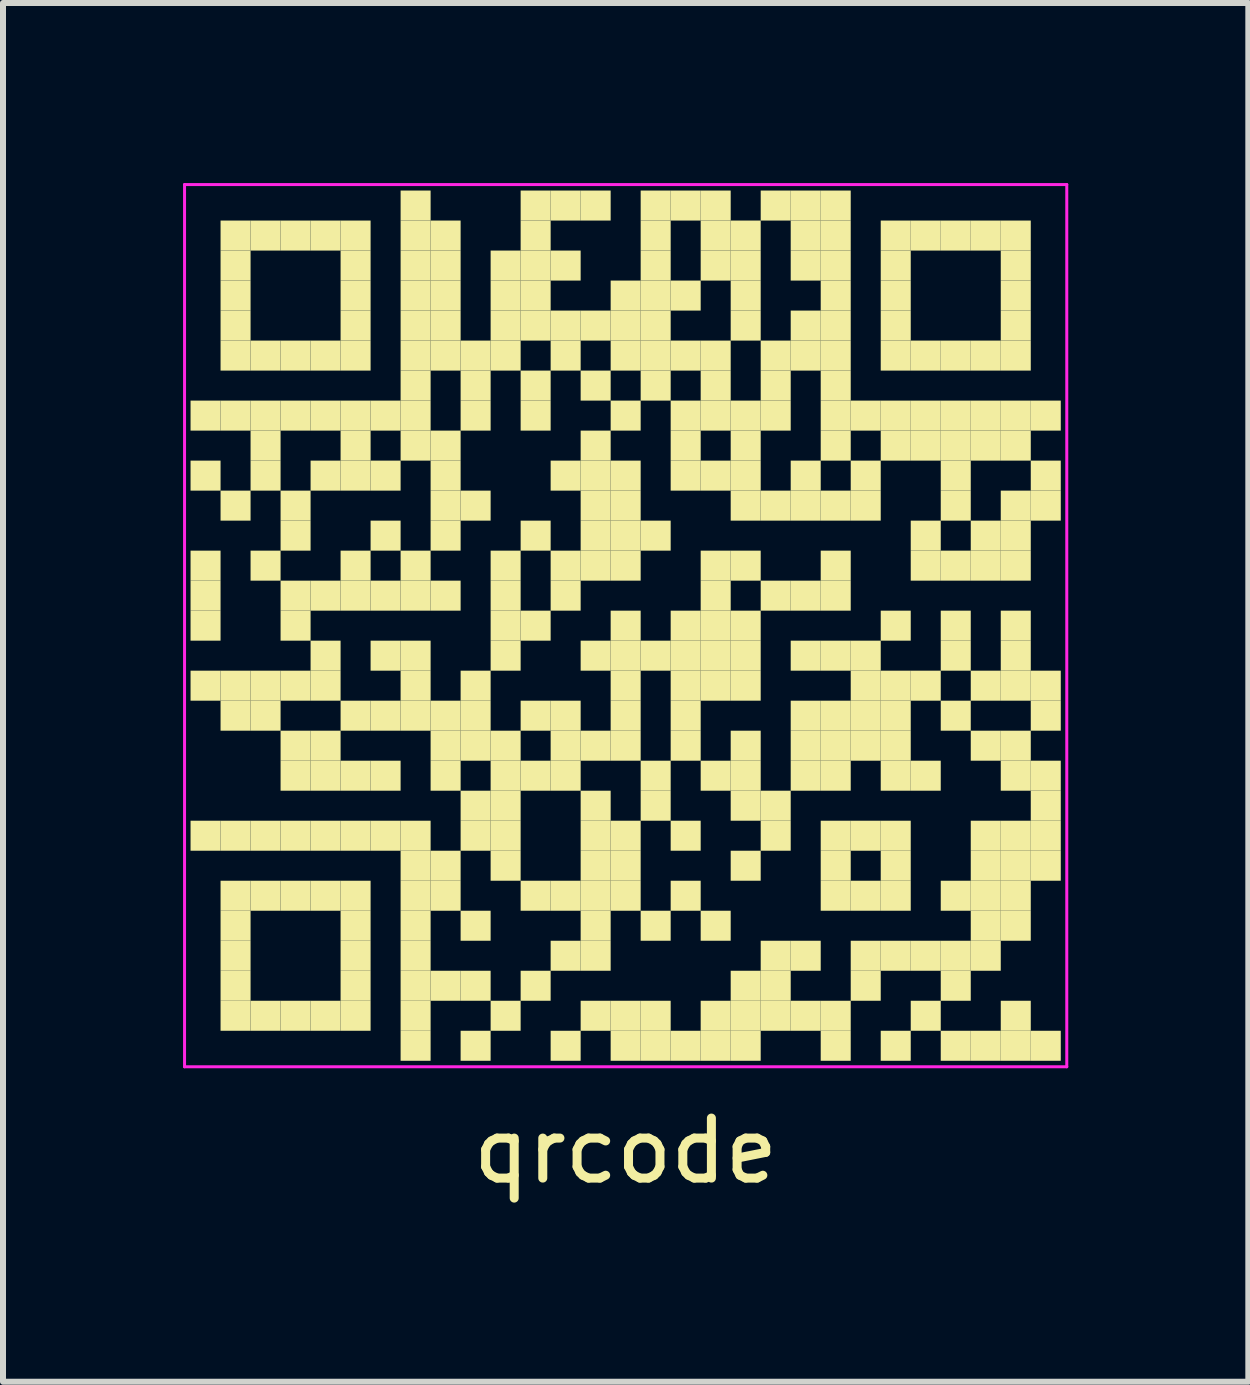
<source format=kicad_pcb>
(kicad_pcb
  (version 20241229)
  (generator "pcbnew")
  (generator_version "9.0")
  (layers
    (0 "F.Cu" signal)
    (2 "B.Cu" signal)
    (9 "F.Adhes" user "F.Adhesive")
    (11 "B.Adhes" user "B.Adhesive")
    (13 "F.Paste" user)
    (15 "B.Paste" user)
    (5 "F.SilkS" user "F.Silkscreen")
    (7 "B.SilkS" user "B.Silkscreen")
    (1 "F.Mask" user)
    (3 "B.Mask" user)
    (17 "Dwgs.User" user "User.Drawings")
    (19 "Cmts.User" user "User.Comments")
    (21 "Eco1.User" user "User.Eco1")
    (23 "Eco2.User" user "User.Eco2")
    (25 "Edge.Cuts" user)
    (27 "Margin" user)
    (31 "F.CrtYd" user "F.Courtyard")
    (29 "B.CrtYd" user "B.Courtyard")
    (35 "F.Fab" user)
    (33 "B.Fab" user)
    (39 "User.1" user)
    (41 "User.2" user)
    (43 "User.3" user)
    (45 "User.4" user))
  (footprint "qrcode"
    (layer "F.Cu")
    (at 7.375 7.375)
    (property "Reference" "qrcode" (at 0 8.75 0) (layer "F.SilkS") (effects (font (size 1 1) (thickness 0.15))))
    (fp_rect (start -7.25 -3.75) (end -6.75 -3.25) (stroke (width 0) (type default)) (fill yes) (layer "F.SilkS"))
    (fp_rect (start -7.25 -2.75) (end -6.75 -2.25) (stroke (width 0) (type default)) (fill yes) (layer "F.SilkS"))
    (fp_rect (start -7.25 -1.25) (end -6.75 -0.75) (stroke (width 0) (type default)) (fill yes) (layer "F.SilkS"))
    (fp_rect (start -7.25 -0.75) (end -6.75 -0.25) (stroke (width 0) (type default)) (fill yes) (layer "F.SilkS"))
    (fp_rect (start -7.25 -0.25) (end -6.75 0.25) (stroke (width 0) (type default)) (fill yes) (layer "F.SilkS"))
    (fp_rect (start -7.25 0.75) (end -6.75 1.25) (stroke (width 0) (type default)) (fill yes) (layer "F.SilkS"))
    (fp_rect (start -7.25 3.25) (end -6.75 3.75) (stroke (width 0) (type default)) (fill yes) (layer "F.SilkS"))
    (fp_rect (start -6.75 -6.75) (end -6.25 -6.25) (stroke (width 0) (type default)) (fill yes) (layer "F.SilkS"))
    (fp_rect (start -6.75 -6.25) (end -6.25 -5.75) (stroke (width 0) (type default)) (fill yes) (layer "F.SilkS"))
    (fp_rect (start -6.75 -5.75) (end -6.25 -5.25) (stroke (width 0) (type default)) (fill yes) (layer "F.SilkS"))
    (fp_rect (start -6.75 -5.25) (end -6.25 -4.75) (stroke (width 0) (type default)) (fill yes) (layer "F.SilkS"))
    (fp_rect (start -6.75 -4.75) (end -6.25 -4.25) (stroke (width 0) (type default)) (fill yes) (layer "F.SilkS"))
    (fp_rect (start -6.75 -3.75) (end -6.25 -3.25) (stroke (width 0) (type default)) (fill yes) (layer "F.SilkS"))
    (fp_rect (start -6.75 -2.25) (end -6.25 -1.75) (stroke (width 0) (type default)) (fill yes) (layer "F.SilkS"))
    (fp_rect (start -6.75 0.75) (end -6.25 1.25) (stroke (width 0) (type default)) (fill yes) (layer "F.SilkS"))
    (fp_rect (start -6.75 1.25) (end -6.25 1.75) (stroke (width 0) (type default)) (fill yes) (layer "F.SilkS"))
    (fp_rect (start -6.75 3.25) (end -6.25 3.75) (stroke (width 0) (type default)) (fill yes) (layer "F.SilkS"))
    (fp_rect (start -6.75 4.25) (end -6.25 4.75) (stroke (width 0) (type default)) (fill yes) (layer "F.SilkS"))
    (fp_rect (start -6.75 4.75) (end -6.25 5.25) (stroke (width 0) (type default)) (fill yes) (layer "F.SilkS"))
    (fp_rect (start -6.75 5.25) (end -6.25 5.75) (stroke (width 0) (type default)) (fill yes) (layer "F.SilkS"))
    (fp_rect (start -6.75 5.75) (end -6.25 6.25) (stroke (width 0) (type default)) (fill yes) (layer "F.SilkS"))
    (fp_rect (start -6.75 6.25) (end -6.25 6.75) (stroke (width 0) (type default)) (fill yes) (layer "F.SilkS"))
    (fp_rect (start -6.25 -6.75) (end -5.75 -6.25) (stroke (width 0) (type default)) (fill yes) (layer "F.SilkS"))
    (fp_rect (start -6.25 -4.75) (end -5.75 -4.25) (stroke (width 0) (type default)) (fill yes) (layer "F.SilkS"))
    (fp_rect (start -6.25 -3.75) (end -5.75 -3.25) (stroke (width 0) (type default)) (fill yes) (layer "F.SilkS"))
    (fp_rect (start -6.25 -3.25) (end -5.75 -2.75) (stroke (width 0) (type default)) (fill yes) (layer "F.SilkS"))
    (fp_rect (start -6.25 -2.75) (end -5.75 -2.25) (stroke (width 0) (type default)) (fill yes) (layer "F.SilkS"))
    (fp_rect (start -6.25 -1.25) (end -5.75 -0.75) (stroke (width 0) (type default)) (fill yes) (layer "F.SilkS"))
    (fp_rect (start -6.25 0.75) (end -5.75 1.25) (stroke (width 0) (type default)) (fill yes) (layer "F.SilkS"))
    (fp_rect (start -6.25 1.25) (end -5.75 1.75) (stroke (width 0) (type default)) (fill yes) (layer "F.SilkS"))
    (fp_rect (start -6.25 3.25) (end -5.75 3.75) (stroke (width 0) (type default)) (fill yes) (layer "F.SilkS"))
    (fp_rect (start -6.25 4.25) (end -5.75 4.75) (stroke (width 0) (type default)) (fill yes) (layer "F.SilkS"))
    (fp_rect (start -6.25 6.25) (end -5.75 6.75) (stroke (width 0) (type default)) (fill yes) (layer "F.SilkS"))
    (fp_rect (start -5.75 -6.75) (end -5.25 -6.25) (stroke (width 0) (type default)) (fill yes) (layer "F.SilkS"))
    (fp_rect (start -5.75 -4.75) (end -5.25 -4.25) (stroke (width 0) (type default)) (fill yes) (layer "F.SilkS"))
    (fp_rect (start -5.75 -3.75) (end -5.25 -3.25) (stroke (width 0) (type default)) (fill yes) (layer "F.SilkS"))
    (fp_rect (start -5.75 -2.25) (end -5.25 -1.75) (stroke (width 0) (type default)) (fill yes) (layer "F.SilkS"))
    (fp_rect (start -5.75 -1.75) (end -5.25 -1.25) (stroke (width 0) (type default)) (fill yes) (layer "F.SilkS"))
    (fp_rect (start -5.75 -0.75) (end -5.25 -0.25) (stroke (width 0) (type default)) (fill yes) (layer "F.SilkS"))
    (fp_rect (start -5.75 -0.25) (end -5.25 0.25) (stroke (width 0) (type default)) (fill yes) (layer "F.SilkS"))
    (fp_rect (start -5.75 0.75) (end -5.25 1.25) (stroke (width 0) (type default)) (fill yes) (layer "F.SilkS"))
    (fp_rect (start -5.75 1.75) (end -5.25 2.25) (stroke (width 0) (type default)) (fill yes) (layer "F.SilkS"))
    (fp_rect (start -5.75 2.25) (end -5.25 2.75) (stroke (width 0) (type default)) (fill yes) (layer "F.SilkS"))
    (fp_rect (start -5.75 3.25) (end -5.25 3.75) (stroke (width 0) (type default)) (fill yes) (layer "F.SilkS"))
    (fp_rect (start -5.75 4.25) (end -5.25 4.75) (stroke (width 0) (type default)) (fill yes) (layer "F.SilkS"))
    (fp_rect (start -5.75 6.25) (end -5.25 6.75) (stroke (width 0) (type default)) (fill yes) (layer "F.SilkS"))
    (fp_rect (start -5.25 -6.75) (end -4.75 -6.25) (stroke (width 0) (type default)) (fill yes) (layer "F.SilkS"))
    (fp_rect (start -5.25 -4.75) (end -4.75 -4.25) (stroke (width 0) (type default)) (fill yes) (layer "F.SilkS"))
    (fp_rect (start -5.25 -3.75) (end -4.75 -3.25) (stroke (width 0) (type default)) (fill yes) (layer "F.SilkS"))
    (fp_rect (start -5.25 -2.75) (end -4.75 -2.25) (stroke (width 0) (type default)) (fill yes) (layer "F.SilkS"))
    (fp_rect (start -5.25 -0.75) (end -4.75 -0.25) (stroke (width 0) (type default)) (fill yes) (layer "F.SilkS"))
    (fp_rect (start -5.25 0.25) (end -4.75 0.75) (stroke (width 0) (type default)) (fill yes) (layer "F.SilkS"))
    (fp_rect (start -5.25 0.75) (end -4.75 1.25) (stroke (width 0) (type default)) (fill yes) (layer "F.SilkS"))
    (fp_rect (start -5.25 1.75) (end -4.75 2.25) (stroke (width 0) (type default)) (fill yes) (layer "F.SilkS"))
    (fp_rect (start -5.25 2.25) (end -4.75 2.75) (stroke (width 0) (type default)) (fill yes) (layer "F.SilkS"))
    (fp_rect (start -5.25 3.25) (end -4.75 3.75) (stroke (width 0) (type default)) (fill yes) (layer "F.SilkS"))
    (fp_rect (start -5.25 4.25) (end -4.75 4.75) (stroke (width 0) (type default)) (fill yes) (layer "F.SilkS"))
    (fp_rect (start -5.25 6.25) (end -4.75 6.75) (stroke (width 0) (type default)) (fill yes) (layer "F.SilkS"))
    (fp_rect (start -4.75 -6.75) (end -4.25 -6.25) (stroke (width 0) (type default)) (fill yes) (layer "F.SilkS"))
    (fp_rect (start -4.75 -6.25) (end -4.25 -5.75) (stroke (width 0) (type default)) (fill yes) (layer "F.SilkS"))
    (fp_rect (start -4.75 -5.75) (end -4.25 -5.25) (stroke (width 0) (type default)) (fill yes) (layer "F.SilkS"))
    (fp_rect (start -4.75 -5.25) (end -4.25 -4.75) (stroke (width 0) (type default)) (fill yes) (layer "F.SilkS"))
    (fp_rect (start -4.75 -4.75) (end -4.25 -4.25) (stroke (width 0) (type default)) (fill yes) (layer "F.SilkS"))
    (fp_rect (start -4.75 -3.75) (end -4.25 -3.25) (stroke (width 0) (type default)) (fill yes) (layer "F.SilkS"))
    (fp_rect (start -4.75 -3.25) (end -4.25 -2.75) (stroke (width 0) (type default)) (fill yes) (layer "F.SilkS"))
    (fp_rect (start -4.75 -2.75) (end -4.25 -2.25) (stroke (width 0) (type default)) (fill yes) (layer "F.SilkS"))
    (fp_rect (start -4.75 -1.25) (end -4.25 -0.75) (stroke (width 0) (type default)) (fill yes) (layer "F.SilkS"))
    (fp_rect (start -4.75 -0.75) (end -4.25 -0.25) (stroke (width 0) (type default)) (fill yes) (layer "F.SilkS"))
    (fp_rect (start -4.75 1.25) (end -4.25 1.75) (stroke (width 0) (type default)) (fill yes) (layer "F.SilkS"))
    (fp_rect (start -4.75 2.25) (end -4.25 2.75) (stroke (width 0) (type default)) (fill yes) (layer "F.SilkS"))
    (fp_rect (start -4.75 3.25) (end -4.25 3.75) (stroke (width 0) (type default)) (fill yes) (layer "F.SilkS"))
    (fp_rect (start -4.75 4.25) (end -4.25 4.75) (stroke (width 0) (type default)) (fill yes) (layer "F.SilkS"))
    (fp_rect (start -4.75 4.75) (end -4.25 5.25) (stroke (width 0) (type default)) (fill yes) (layer "F.SilkS"))
    (fp_rect (start -4.75 5.25) (end -4.25 5.75) (stroke (width 0) (type default)) (fill yes) (layer "F.SilkS"))
    (fp_rect (start -4.75 5.75) (end -4.25 6.25) (stroke (width 0) (type default)) (fill yes) (layer "F.SilkS"))
    (fp_rect (start -4.75 6.25) (end -4.25 6.75) (stroke (width 0) (type default)) (fill yes) (layer "F.SilkS"))
    (fp_rect (start -4.25 -3.75) (end -3.75 -3.25) (stroke (width 0) (type default)) (fill yes) (layer "F.SilkS"))
    (fp_rect (start -4.25 -2.75) (end -3.75 -2.25) (stroke (width 0) (type default)) (fill yes) (layer "F.SilkS"))
    (fp_rect (start -4.25 -1.75) (end -3.75 -1.25) (stroke (width 0) (type default)) (fill yes) (layer "F.SilkS"))
    (fp_rect (start -4.25 -0.75) (end -3.75 -0.25) (stroke (width 0) (type default)) (fill yes) (layer "F.SilkS"))
    (fp_rect (start -4.25 0.25) (end -3.75 0.75) (stroke (width 0) (type default)) (fill yes) (layer "F.SilkS"))
    (fp_rect (start -4.25 1.25) (end -3.75 1.75) (stroke (width 0) (type default)) (fill yes) (layer "F.SilkS"))
    (fp_rect (start -4.25 2.25) (end -3.75 2.75) (stroke (width 0) (type default)) (fill yes) (layer "F.SilkS"))
    (fp_rect (start -4.25 3.25) (end -3.75 3.75) (stroke (width 0) (type default)) (fill yes) (layer "F.SilkS"))
    (fp_rect (start -3.75 -7.25) (end -3.25 -6.75) (stroke (width 0) (type default)) (fill yes) (layer "F.SilkS"))
    (fp_rect (start -3.75 -6.75) (end -3.25 -6.25) (stroke (width 0) (type default)) (fill yes) (layer "F.SilkS"))
    (fp_rect (start -3.75 -6.25) (end -3.25 -5.75) (stroke (width 0) (type default)) (fill yes) (layer "F.SilkS"))
    (fp_rect (start -3.75 -5.75) (end -3.25 -5.25) (stroke (width 0) (type default)) (fill yes) (layer "F.SilkS"))
    (fp_rect (start -3.75 -5.25) (end -3.25 -4.75) (stroke (width 0) (type default)) (fill yes) (layer "F.SilkS"))
    (fp_rect (start -3.75 -4.75) (end -3.25 -4.25) (stroke (width 0) (type default)) (fill yes) (layer "F.SilkS"))
    (fp_rect (start -3.75 -4.25) (end -3.25 -3.75) (stroke (width 0) (type default)) (fill yes) (layer "F.SilkS"))
    (fp_rect (start -3.75 -3.75) (end -3.25 -3.25) (stroke (width 0) (type default)) (fill yes) (layer "F.SilkS"))
    (fp_rect (start -3.75 -3.25) (end -3.25 -2.75) (stroke (width 0) (type default)) (fill yes) (layer "F.SilkS"))
    (fp_rect (start -3.75 -1.25) (end -3.25 -0.75) (stroke (width 0) (type default)) (fill yes) (layer "F.SilkS"))
    (fp_rect (start -3.75 -0.75) (end -3.25 -0.25) (stroke (width 0) (type default)) (fill yes) (layer "F.SilkS"))
    (fp_rect (start -3.75 0.25) (end -3.25 0.75) (stroke (width 0) (type default)) (fill yes) (layer "F.SilkS"))
    (fp_rect (start -3.75 0.75) (end -3.25 1.25) (stroke (width 0) (type default)) (fill yes) (layer "F.SilkS"))
    (fp_rect (start -3.75 1.25) (end -3.25 1.75) (stroke (width 0) (type default)) (fill yes) (layer "F.SilkS"))
    (fp_rect (start -3.75 3.25) (end -3.25 3.75) (stroke (width 0) (type default)) (fill yes) (layer "F.SilkS"))
    (fp_rect (start -3.75 3.75) (end -3.25 4.25) (stroke (width 0) (type default)) (fill yes) (layer "F.SilkS"))
    (fp_rect (start -3.75 4.25) (end -3.25 4.75) (stroke (width 0) (type default)) (fill yes) (layer "F.SilkS"))
    (fp_rect (start -3.75 4.75) (end -3.25 5.25) (stroke (width 0) (type default)) (fill yes) (layer "F.SilkS"))
    (fp_rect (start -3.75 5.25) (end -3.25 5.75) (stroke (width 0) (type default)) (fill yes) (layer "F.SilkS"))
    (fp_rect (start -3.75 5.75) (end -3.25 6.25) (stroke (width 0) (type default)) (fill yes) (layer "F.SilkS"))
    (fp_rect (start -3.75 6.25) (end -3.25 6.75) (stroke (width 0) (type default)) (fill yes) (layer "F.SilkS"))
    (fp_rect (start -3.75 6.75) (end -3.25 7.25) (stroke (width 0) (type default)) (fill yes) (layer "F.SilkS"))
    (fp_rect (start -3.25 -6.75) (end -2.75 -6.25) (stroke (width 0) (type default)) (fill yes) (layer "F.SilkS"))
    (fp_rect (start -3.25 -6.25) (end -2.75 -5.75) (stroke (width 0) (type default)) (fill yes) (layer "F.SilkS"))
    (fp_rect (start -3.25 -5.75) (end -2.75 -5.25) (stroke (width 0) (type default)) (fill yes) (layer "F.SilkS"))
    (fp_rect (start -3.25 -5.25) (end -2.75 -4.75) (stroke (width 0) (type default)) (fill yes) (layer "F.SilkS"))
    (fp_rect (start -3.25 -4.75) (end -2.75 -4.25) (stroke (width 0) (type default)) (fill yes) (layer "F.SilkS"))
    (fp_rect (start -3.25 -3.25) (end -2.75 -2.75) (stroke (width 0) (type default)) (fill yes) (layer "F.SilkS"))
    (fp_rect (start -3.25 -2.75) (end -2.75 -2.25) (stroke (width 0) (type default)) (fill yes) (layer "F.SilkS"))
    (fp_rect (start -3.25 -2.25) (end -2.75 -1.75) (stroke (width 0) (type default)) (fill yes) (layer "F.SilkS"))
    (fp_rect (start -3.25 -1.75) (end -2.75 -1.25) (stroke (width 0) (type default)) (fill yes) (layer "F.SilkS"))
    (fp_rect (start -3.25 -0.75) (end -2.75 -0.25) (stroke (width 0) (type default)) (fill yes) (layer "F.SilkS"))
    (fp_rect (start -3.25 1.25) (end -2.75 1.75) (stroke (width 0) (type default)) (fill yes) (layer "F.SilkS"))
    (fp_rect (start -3.25 1.75) (end -2.75 2.25) (stroke (width 0) (type default)) (fill yes) (layer "F.SilkS"))
    (fp_rect (start -3.25 2.25) (end -2.75 2.75) (stroke (width 0) (type default)) (fill yes) (layer "F.SilkS"))
    (fp_rect (start -3.25 3.75) (end -2.75 4.25) (stroke (width 0) (type default)) (fill yes) (layer "F.SilkS"))
    (fp_rect (start -3.25 4.25) (end -2.75 4.75) (stroke (width 0) (type default)) (fill yes) (layer "F.SilkS"))
    (fp_rect (start -3.25 5.75) (end -2.75 6.25) (stroke (width 0) (type default)) (fill yes) (layer "F.SilkS"))
    (fp_rect (start -2.75 -4.75) (end -2.25 -4.25) (stroke (width 0) (type default)) (fill yes) (layer "F.SilkS"))
    (fp_rect (start -2.75 -4.25) (end -2.25 -3.75) (stroke (width 0) (type default)) (fill yes) (layer "F.SilkS"))
    (fp_rect (start -2.75 -3.75) (end -2.25 -3.25) (stroke (width 0) (type default)) (fill yes) (layer "F.SilkS"))
    (fp_rect (start -2.75 -2.25) (end -2.25 -1.75) (stroke (width 0) (type default)) (fill yes) (layer "F.SilkS"))
    (fp_rect (start -2.75 0.75) (end -2.25 1.25) (stroke (width 0) (type default)) (fill yes) (layer "F.SilkS"))
    (fp_rect (start -2.75 1.25) (end -2.25 1.75) (stroke (width 0) (type default)) (fill yes) (layer "F.SilkS"))
    (fp_rect (start -2.75 1.75) (end -2.25 2.25) (stroke (width 0) (type default)) (fill yes) (layer "F.SilkS"))
    (fp_rect (start -2.75 2.75) (end -2.25 3.25) (stroke (width 0) (type default)) (fill yes) (layer "F.SilkS"))
    (fp_rect (start -2.75 3.25) (end -2.25 3.75) (stroke (width 0) (type default)) (fill yes) (layer "F.SilkS"))
    (fp_rect (start -2.75 4.75) (end -2.25 5.25) (stroke (width 0) (type default)) (fill yes) (layer "F.SilkS"))
    (fp_rect (start -2.75 5.75) (end -2.25 6.25) (stroke (width 0) (type default)) (fill yes) (layer "F.SilkS"))
    (fp_rect (start -2.75 6.75) (end -2.25 7.25) (stroke (width 0) (type default)) (fill yes) (layer "F.SilkS"))
    (fp_rect (start -2.25 -6.25) (end -1.75 -5.75) (stroke (width 0) (type default)) (fill yes) (layer "F.SilkS"))
    (fp_rect (start -2.25 -5.75) (end -1.75 -5.25) (stroke (width 0) (type default)) (fill yes) (layer "F.SilkS"))
    (fp_rect (start -2.25 -5.25) (end -1.75 -4.75) (stroke (width 0) (type default)) (fill yes) (layer "F.SilkS"))
    (fp_rect (start -2.25 -4.75) (end -1.75 -4.25) (stroke (width 0) (type default)) (fill yes) (layer "F.SilkS"))
    (fp_rect (start -2.25 -1.25) (end -1.75 -0.75) (stroke (width 0) (type default)) (fill yes) (layer "F.SilkS"))
    (fp_rect (start -2.25 -0.75) (end -1.75 -0.25) (stroke (width 0) (type default)) (fill yes) (layer "F.SilkS"))
    (fp_rect (start -2.25 -0.25) (end -1.75 0.25) (stroke (width 0) (type default)) (fill yes) (layer "F.SilkS"))
    (fp_rect (start -2.25 0.25) (end -1.75 0.75) (stroke (width 0) (type default)) (fill yes) (layer "F.SilkS"))
    (fp_rect (start -2.25 1.75) (end -1.75 2.25) (stroke (width 0) (type default)) (fill yes) (layer "F.SilkS"))
    (fp_rect (start -2.25 2.25) (end -1.75 2.75) (stroke (width 0) (type default)) (fill yes) (layer "F.SilkS"))
    (fp_rect (start -2.25 2.75) (end -1.75 3.25) (stroke (width 0) (type default)) (fill yes) (layer "F.SilkS"))
    (fp_rect (start -2.25 3.25) (end -1.75 3.75) (stroke (width 0) (type default)) (fill yes) (layer "F.SilkS"))
    (fp_rect (start -2.25 3.75) (end -1.75 4.25) (stroke (width 0) (type default)) (fill yes) (layer "F.SilkS"))
    (fp_rect (start -2.25 6.25) (end -1.75 6.75) (stroke (width 0) (type default)) (fill yes) (layer "F.SilkS"))
    (fp_rect (start -1.75 -7.25) (end -1.25 -6.75) (stroke (width 0) (type default)) (fill yes) (layer "F.SilkS"))
    (fp_rect (start -1.75 -6.75) (end -1.25 -6.25) (stroke (width 0) (type default)) (fill yes) (layer "F.SilkS"))
    (fp_rect (start -1.75 -6.25) (end -1.25 -5.75) (stroke (width 0) (type default)) (fill yes) (layer "F.SilkS"))
    (fp_rect (start -1.75 -5.75) (end -1.25 -5.25) (stroke (width 0) (type default)) (fill yes) (layer "F.SilkS"))
    (fp_rect (start -1.75 -5.25) (end -1.25 -4.75) (stroke (width 0) (type default)) (fill yes) (layer "F.SilkS"))
    (fp_rect (start -1.75 -4.25) (end -1.25 -3.75) (stroke (width 0) (type default)) (fill yes) (layer "F.SilkS"))
    (fp_rect (start -1.75 -3.75) (end -1.25 -3.25) (stroke (width 0) (type default)) (fill yes) (layer "F.SilkS"))
    (fp_rect (start -1.75 -1.75) (end -1.25 -1.25) (stroke (width 0) (type default)) (fill yes) (layer "F.SilkS"))
    (fp_rect (start -1.75 -0.25) (end -1.25 0.25) (stroke (width 0) (type default)) (fill yes) (layer "F.SilkS"))
    (fp_rect (start -1.75 1.25) (end -1.25 1.75) (stroke (width 0) (type default)) (fill yes) (layer "F.SilkS"))
    (fp_rect (start -1.75 2.25) (end -1.25 2.75) (stroke (width 0) (type default)) (fill yes) (layer "F.SilkS"))
    (fp_rect (start -1.75 4.25) (end -1.25 4.75) (stroke (width 0) (type default)) (fill yes) (layer "F.SilkS"))
    (fp_rect (start -1.75 5.75) (end -1.25 6.25) (stroke (width 0) (type default)) (fill yes) (layer "F.SilkS"))
    (fp_rect (start -1.25 -7.25) (end -0.75 -6.75) (stroke (width 0) (type default)) (fill yes) (layer "F.SilkS"))
    (fp_rect (start -1.25 -6.25) (end -0.75 -5.75) (stroke (width 0) (type default)) (fill yes) (layer "F.SilkS"))
    (fp_rect (start -1.25 -5.25) (end -0.75 -4.75) (stroke (width 0) (type default)) (fill yes) (layer "F.SilkS"))
    (fp_rect (start -1.25 -4.75) (end -0.75 -4.25) (stroke (width 0) (type default)) (fill yes) (layer "F.SilkS"))
    (fp_rect (start -1.25 -2.75) (end -0.75 -2.25) (stroke (width 0) (type default)) (fill yes) (layer "F.SilkS"))
    (fp_rect (start -1.25 -1.25) (end -0.75 -0.75) (stroke (width 0) (type default)) (fill yes) (layer "F.SilkS"))
    (fp_rect (start -1.25 -0.75) (end -0.75 -0.25) (stroke (width 0) (type default)) (fill yes) (layer "F.SilkS"))
    (fp_rect (start -1.25 1.25) (end -0.75 1.75) (stroke (width 0) (type default)) (fill yes) (layer "F.SilkS"))
    (fp_rect (start -1.25 1.75) (end -0.75 2.25) (stroke (width 0) (type default)) (fill yes) (layer "F.SilkS"))
    (fp_rect (start -1.25 2.25) (end -0.75 2.75) (stroke (width 0) (type default)) (fill yes) (layer "F.SilkS"))
    (fp_rect (start -1.25 4.25) (end -0.75 4.75) (stroke (width 0) (type default)) (fill yes) (layer "F.SilkS"))
    (fp_rect (start -1.25 5.25) (end -0.75 5.75) (stroke (width 0) (type default)) (fill yes) (layer "F.SilkS"))
    (fp_rect (start -1.25 6.75) (end -0.75 7.25) (stroke (width 0) (type default)) (fill yes) (layer "F.SilkS"))
    (fp_rect (start -0.75 -7.25) (end -0.25 -6.75) (stroke (width 0) (type default)) (fill yes) (layer "F.SilkS"))
    (fp_rect (start -0.75 -5.25) (end -0.25 -4.75) (stroke (width 0) (type default)) (fill yes) (layer "F.SilkS"))
    (fp_rect (start -0.75 -4.25) (end -0.25 -3.75) (stroke (width 0) (type default)) (fill yes) (layer "F.SilkS"))
    (fp_rect (start -0.75 -3.25) (end -0.25 -2.75) (stroke (width 0) (type default)) (fill yes) (layer "F.SilkS"))
    (fp_rect (start -0.75 -2.75) (end -0.25 -2.25) (stroke (width 0) (type default)) (fill yes) (layer "F.SilkS"))
    (fp_rect (start -0.75 -2.25) (end -0.25 -1.75) (stroke (width 0) (type default)) (fill yes) (layer "F.SilkS"))
    (fp_rect (start -0.75 -1.75) (end -0.25 -1.25) (stroke (width 0) (type default)) (fill yes) (layer "F.SilkS"))
    (fp_rect (start -0.75 -1.25) (end -0.25 -0.75) (stroke (width 0) (type default)) (fill yes) (layer "F.SilkS"))
    (fp_rect (start -0.75 0.25) (end -0.25 0.75) (stroke (width 0) (type default)) (fill yes) (layer "F.SilkS"))
    (fp_rect (start -0.75 1.75) (end -0.25 2.25) (stroke (width 0) (type default)) (fill yes) (layer "F.SilkS"))
    (fp_rect (start -0.75 2.75) (end -0.25 3.25) (stroke (width 0) (type default)) (fill yes) (layer "F.SilkS"))
    (fp_rect (start -0.75 3.25) (end -0.25 3.75) (stroke (width 0) (type default)) (fill yes) (layer "F.SilkS"))
    (fp_rect (start -0.75 3.75) (end -0.25 4.25) (stroke (width 0) (type default)) (fill yes) (layer "F.SilkS"))
    (fp_rect (start -0.75 4.25) (end -0.25 4.75) (stroke (width 0) (type default)) (fill yes) (layer "F.SilkS"))
    (fp_rect (start -0.75 4.75) (end -0.25 5.25) (stroke (width 0) (type default)) (fill yes) (layer "F.SilkS"))
    (fp_rect (start -0.75 5.25) (end -0.25 5.75) (stroke (width 0) (type default)) (fill yes) (layer "F.SilkS"))
    (fp_rect (start -0.75 6.25) (end -0.25 6.75) (stroke (width 0) (type default)) (fill yes) (layer "F.SilkS"))
    (fp_rect (start -0.25 -5.75) (end 0.25 -5.25) (stroke (width 0) (type default)) (fill yes) (layer "F.SilkS"))
    (fp_rect (start -0.25 -5.25) (end 0.25 -4.75) (stroke (width 0) (type default)) (fill yes) (layer "F.SilkS"))
    (fp_rect (start -0.25 -4.75) (end 0.25 -4.25) (stroke (width 0) (type default)) (fill yes) (layer "F.SilkS"))
    (fp_rect (start -0.25 -3.75) (end 0.25 -3.25) (stroke (width 0) (type default)) (fill yes) (layer "F.SilkS"))
    (fp_rect (start -0.25 -2.75) (end 0.25 -2.25) (stroke (width 0) (type default)) (fill yes) (layer "F.SilkS"))
    (fp_rect (start -0.25 -2.25) (end 0.25 -1.75) (stroke (width 0) (type default)) (fill yes) (layer "F.SilkS"))
    (fp_rect (start -0.25 -1.75) (end 0.25 -1.25) (stroke (width 0) (type default)) (fill yes) (layer "F.SilkS"))
    (fp_rect (start -0.25 -1.25) (end 0.25 -0.75) (stroke (width 0) (type default)) (fill yes) (layer "F.SilkS"))
    (fp_rect (start -0.25 -0.25) (end 0.25 0.25) (stroke (width 0) (type default)) (fill yes) (layer "F.SilkS"))
    (fp_rect (start -0.25 0.25) (end 0.25 0.75) (stroke (width 0) (type default)) (fill yes) (layer "F.SilkS"))
    (fp_rect (start -0.25 0.75) (end 0.25 1.25) (stroke (width 0) (type default)) (fill yes) (layer "F.SilkS"))
    (fp_rect (start -0.25 1.25) (end 0.25 1.75) (stroke (width 0) (type default)) (fill yes) (layer "F.SilkS"))
    (fp_rect (start -0.25 1.75) (end 0.25 2.25) (stroke (width 0) (type default)) (fill yes) (layer "F.SilkS"))
    (fp_rect (start -0.25 3.25) (end 0.25 3.75) (stroke (width 0) (type default)) (fill yes) (layer "F.SilkS"))
    (fp_rect (start -0.25 3.75) (end 0.25 4.25) (stroke (width 0) (type default)) (fill yes) (layer "F.SilkS"))
    (fp_rect (start -0.25 4.25) (end 0.25 4.75) (stroke (width 0) (type default)) (fill yes) (layer "F.SilkS"))
    (fp_rect (start -0.25 6.25) (end 0.25 6.75) (stroke (width 0) (type default)) (fill yes) (layer "F.SilkS"))
    (fp_rect (start -0.25 6.75) (end 0.25 7.25) (stroke (width 0) (type default)) (fill yes) (layer "F.SilkS"))
    (fp_rect (start 0.25 -7.25) (end 0.75 -6.75) (stroke (width 0) (type default)) (fill yes) (layer "F.SilkS"))
    (fp_rect (start 0.25 -6.75) (end 0.75 -6.25) (stroke (width 0) (type default)) (fill yes) (layer "F.SilkS"))
    (fp_rect (start 0.25 -6.25) (end 0.75 -5.75) (stroke (width 0) (type default)) (fill yes) (layer "F.SilkS"))
    (fp_rect (start 0.25 -5.75) (end 0.75 -5.25) (stroke (width 0) (type default)) (fill yes) (layer "F.SilkS"))
    (fp_rect (start 0.25 -5.25) (end 0.75 -4.75) (stroke (width 0) (type default)) (fill yes) (layer "F.SilkS"))
    (fp_rect (start 0.25 -4.75) (end 0.75 -4.25) (stroke (width 0) (type default)) (fill yes) (layer "F.SilkS"))
    (fp_rect (start 0.25 -4.25) (end 0.75 -3.75) (stroke (width 0) (type default)) (fill yes) (layer "F.SilkS"))
    (fp_rect (start 0.25 -1.75) (end 0.75 -1.25) (stroke (width 0) (type default)) (fill yes) (layer "F.SilkS"))
    (fp_rect (start 0.25 0.25) (end 0.75 0.75) (stroke (width 0) (type default)) (fill yes) (layer "F.SilkS"))
    (fp_rect (start 0.25 2.25) (end 0.75 2.75) (stroke (width 0) (type default)) (fill yes) (layer "F.SilkS"))
    (fp_rect (start 0.25 2.75) (end 0.75 3.25) (stroke (width 0) (type default)) (fill yes) (layer "F.SilkS"))
    (fp_rect (start 0.25 4.75) (end 0.75 5.25) (stroke (width 0) (type default)) (fill yes) (layer "F.SilkS"))
    (fp_rect (start 0.25 6.25) (end 0.75 6.75) (stroke (width 0) (type default)) (fill yes) (layer "F.SilkS"))
    (fp_rect (start 0.25 6.75) (end 0.75 7.25) (stroke (width 0) (type default)) (fill yes) (layer "F.SilkS"))
    (fp_rect (start 0.75 -7.25) (end 1.25 -6.75) (stroke (width 0) (type default)) (fill yes) (layer "F.SilkS"))
    (fp_rect (start 0.75 -5.75) (end 1.25 -5.25) (stroke (width 0) (type default)) (fill yes) (layer "F.SilkS"))
    (fp_rect (start 0.75 -4.75) (end 1.25 -4.25) (stroke (width 0) (type default)) (fill yes) (layer "F.SilkS"))
    (fp_rect (start 0.75 -3.75) (end 1.25 -3.25) (stroke (width 0) (type default)) (fill yes) (layer "F.SilkS"))
    (fp_rect (start 0.75 -3.25) (end 1.25 -2.75) (stroke (width 0) (type default)) (fill yes) (layer "F.SilkS"))
    (fp_rect (start 0.75 -2.75) (end 1.25 -2.25) (stroke (width 0) (type default)) (fill yes) (layer "F.SilkS"))
    (fp_rect (start 0.75 -0.25) (end 1.25 0.25) (stroke (width 0) (type default)) (fill yes) (layer "F.SilkS"))
    (fp_rect (start 0.75 0.25) (end 1.25 0.75) (stroke (width 0) (type default)) (fill yes) (layer "F.SilkS"))
    (fp_rect (start 0.75 0.75) (end 1.25 1.25) (stroke (width 0) (type default)) (fill yes) (layer "F.SilkS"))
    (fp_rect (start 0.75 1.25) (end 1.25 1.75) (stroke (width 0) (type default)) (fill yes) (layer "F.SilkS"))
    (fp_rect (start 0.75 1.75) (end 1.25 2.25) (stroke (width 0) (type default)) (fill yes) (layer "F.SilkS"))
    (fp_rect (start 0.75 3.25) (end 1.25 3.75) (stroke (width 0) (type default)) (fill yes) (layer "F.SilkS"))
    (fp_rect (start 0.75 4.25) (end 1.25 4.75) (stroke (width 0) (type default)) (fill yes) (layer "F.SilkS"))
    (fp_rect (start 0.75 6.75) (end 1.25 7.25) (stroke (width 0) (type default)) (fill yes) (layer "F.SilkS"))
    (fp_rect (start 1.25 -7.25) (end 1.75 -6.75) (stroke (width 0) (type default)) (fill yes) (layer "F.SilkS"))
    (fp_rect (start 1.25 -6.75) (end 1.75 -6.25) (stroke (width 0) (type default)) (fill yes) (layer "F.SilkS"))
    (fp_rect (start 1.25 -6.25) (end 1.75 -5.75) (stroke (width 0) (type default)) (fill yes) (layer "F.SilkS"))
    (fp_rect (start 1.25 -4.75) (end 1.75 -4.25) (stroke (width 0) (type default)) (fill yes) (layer "F.SilkS"))
    (fp_rect (start 1.25 -4.25) (end 1.75 -3.75) (stroke (width 0) (type default)) (fill yes) (layer "F.SilkS"))
    (fp_rect (start 1.25 -3.75) (end 1.75 -3.25) (stroke (width 0) (type default)) (fill yes) (layer "F.SilkS"))
    (fp_rect (start 1.25 -2.75) (end 1.75 -2.25) (stroke (width 0) (type default)) (fill yes) (layer "F.SilkS"))
    (fp_rect (start 1.25 -1.25) (end 1.75 -0.75) (stroke (width 0) (type default)) (fill yes) (layer "F.SilkS"))
    (fp_rect (start 1.25 -0.75) (end 1.75 -0.25) (stroke (width 0) (type default)) (fill yes) (layer "F.SilkS"))
    (fp_rect (start 1.25 -0.25) (end 1.75 0.25) (stroke (width 0) (type default)) (fill yes) (layer "F.SilkS"))
    (fp_rect (start 1.25 0.25) (end 1.75 0.75) (stroke (width 0) (type default)) (fill yes) (layer "F.SilkS"))
    (fp_rect (start 1.25 0.75) (end 1.75 1.25) (stroke (width 0) (type default)) (fill yes) (layer "F.SilkS"))
    (fp_rect (start 1.25 2.25) (end 1.75 2.75) (stroke (width 0) (type default)) (fill yes) (layer "F.SilkS"))
    (fp_rect (start 1.25 4.75) (end 1.75 5.25) (stroke (width 0) (type default)) (fill yes) (layer "F.SilkS"))
    (fp_rect (start 1.25 6.25) (end 1.75 6.75) (stroke (width 0) (type default)) (fill yes) (layer "F.SilkS"))
    (fp_rect (start 1.25 6.75) (end 1.75 7.25) (stroke (width 0) (type default)) (fill yes) (layer "F.SilkS"))
    (fp_rect (start 1.75 -6.75) (end 2.25 -6.25) (stroke (width 0) (type default)) (fill yes) (layer "F.SilkS"))
    (fp_rect (start 1.75 -6.25) (end 2.25 -5.75) (stroke (width 0) (type default)) (fill yes) (layer "F.SilkS"))
    (fp_rect (start 1.75 -5.75) (end 2.25 -5.25) (stroke (width 0) (type default)) (fill yes) (layer "F.SilkS"))
    (fp_rect (start 1.75 -5.25) (end 2.25 -4.75) (stroke (width 0) (type default)) (fill yes) (layer "F.SilkS"))
    (fp_rect (start 1.75 -3.75) (end 2.25 -3.25) (stroke (width 0) (type default)) (fill yes) (layer "F.SilkS"))
    (fp_rect (start 1.75 -3.25) (end 2.25 -2.75) (stroke (width 0) (type default)) (fill yes) (layer "F.SilkS"))
    (fp_rect (start 1.75 -2.75) (end 2.25 -2.25) (stroke (width 0) (type default)) (fill yes) (layer "F.SilkS"))
    (fp_rect (start 1.75 -2.25) (end 2.25 -1.75) (stroke (width 0) (type default)) (fill yes) (layer "F.SilkS"))
    (fp_rect (start 1.75 -1.25) (end 2.25 -0.75) (stroke (width 0) (type default)) (fill yes) (layer "F.SilkS"))
    (fp_rect (start 1.75 -0.25) (end 2.25 0.25) (stroke (width 0) (type default)) (fill yes) (layer "F.SilkS"))
    (fp_rect (start 1.75 0.25) (end 2.25 0.75) (stroke (width 0) (type default)) (fill yes) (layer "F.SilkS"))
    (fp_rect (start 1.75 0.75) (end 2.25 1.25) (stroke (width 0) (type default)) (fill yes) (layer "F.SilkS"))
    (fp_rect (start 1.75 1.75) (end 2.25 2.25) (stroke (width 0) (type default)) (fill yes) (layer "F.SilkS"))
    (fp_rect (start 1.75 2.25) (end 2.25 2.75) (stroke (width 0) (type default)) (fill yes) (layer "F.SilkS"))
    (fp_rect (start 1.75 2.75) (end 2.25 3.25) (stroke (width 0) (type default)) (fill yes) (layer "F.SilkS"))
    (fp_rect (start 1.75 3.75) (end 2.25 4.25) (stroke (width 0) (type default)) (fill yes) (layer "F.SilkS"))
    (fp_rect (start 1.75 5.75) (end 2.25 6.25) (stroke (width 0) (type default)) (fill yes) (layer "F.SilkS"))
    (fp_rect (start 1.75 6.25) (end 2.25 6.75) (stroke (width 0) (type default)) (fill yes) (layer "F.SilkS"))
    (fp_rect (start 1.75 6.75) (end 2.25 7.25) (stroke (width 0) (type default)) (fill yes) (layer "F.SilkS"))
    (fp_rect (start 2.25 -7.25) (end 2.75 -6.75) (stroke (width 0) (type default)) (fill yes) (layer "F.SilkS"))
    (fp_rect (start 2.25 -4.75) (end 2.75 -4.25) (stroke (width 0) (type default)) (fill yes) (layer "F.SilkS"))
    (fp_rect (start 2.25 -4.25) (end 2.75 -3.75) (stroke (width 0) (type default)) (fill yes) (layer "F.SilkS"))
    (fp_rect (start 2.25 -3.75) (end 2.75 -3.25) (stroke (width 0) (type default)) (fill yes) (layer "F.SilkS"))
    (fp_rect (start 2.25 -2.25) (end 2.75 -1.75) (stroke (width 0) (type default)) (fill yes) (layer "F.SilkS"))
    (fp_rect (start 2.25 -0.75) (end 2.75 -0.25) (stroke (width 0) (type default)) (fill yes) (layer "F.SilkS"))
    (fp_rect (start 2.25 2.75) (end 2.75 3.25) (stroke (width 0) (type default)) (fill yes) (layer "F.SilkS"))
    (fp_rect (start 2.25 3.25) (end 2.75 3.75) (stroke (width 0) (type default)) (fill yes) (layer "F.SilkS"))
    (fp_rect (start 2.25 5.25) (end 2.75 5.75) (stroke (width 0) (type default)) (fill yes) (layer "F.SilkS"))
    (fp_rect (start 2.25 5.75) (end 2.75 6.25) (stroke (width 0) (type default)) (fill yes) (layer "F.SilkS"))
    (fp_rect (start 2.25 6.25) (end 2.75 6.75) (stroke (width 0) (type default)) (fill yes) (layer "F.SilkS"))
    (fp_rect (start 2.75 -7.25) (end 3.25 -6.75) (stroke (width 0) (type default)) (fill yes) (layer "F.SilkS"))
    (fp_rect (start 2.75 -6.75) (end 3.25 -6.25) (stroke (width 0) (type default)) (fill yes) (layer "F.SilkS"))
    (fp_rect (start 2.75 -6.25) (end 3.25 -5.75) (stroke (width 0) (type default)) (fill yes) (layer "F.SilkS"))
    (fp_rect (start 2.75 -5.25) (end 3.25 -4.75) (stroke (width 0) (type default)) (fill yes) (layer "F.SilkS"))
    (fp_rect (start 2.75 -4.75) (end 3.25 -4.25) (stroke (width 0) (type default)) (fill yes) (layer "F.SilkS"))
    (fp_rect (start 2.75 -2.75) (end 3.25 -2.25) (stroke (width 0) (type default)) (fill yes) (layer "F.SilkS"))
    (fp_rect (start 2.75 -2.25) (end 3.25 -1.75) (stroke (width 0) (type default)) (fill yes) (layer "F.SilkS"))
    (fp_rect (start 2.75 -0.75) (end 3.25 -0.25) (stroke (width 0) (type default)) (fill yes) (layer "F.SilkS"))
    (fp_rect (start 2.75 0.25) (end 3.25 0.75) (stroke (width 0) (type default)) (fill yes) (layer "F.SilkS"))
    (fp_rect (start 2.75 1.25) (end 3.25 1.75) (stroke (width 0) (type default)) (fill yes) (layer "F.SilkS"))
    (fp_rect (start 2.75 1.75) (end 3.25 2.25) (stroke (width 0) (type default)) (fill yes) (layer "F.SilkS"))
    (fp_rect (start 2.75 2.25) (end 3.25 2.75) (stroke (width 0) (type default)) (fill yes) (layer "F.SilkS"))
    (fp_rect (start 2.75 5.25) (end 3.25 5.75) (stroke (width 0) (type default)) (fill yes) (layer "F.SilkS"))
    (fp_rect (start 2.75 6.25) (end 3.25 6.75) (stroke (width 0) (type default)) (fill yes) (layer "F.SilkS"))
    (fp_rect (start 3.25 -7.25) (end 3.75 -6.75) (stroke (width 0) (type default)) (fill yes) (layer "F.SilkS"))
    (fp_rect (start 3.25 -6.75) (end 3.75 -6.25) (stroke (width 0) (type default)) (fill yes) (layer "F.SilkS"))
    (fp_rect (start 3.25 -6.25) (end 3.75 -5.75) (stroke (width 0) (type default)) (fill yes) (layer "F.SilkS"))
    (fp_rect (start 3.25 -5.75) (end 3.75 -5.25) (stroke (width 0) (type default)) (fill yes) (layer "F.SilkS"))
    (fp_rect (start 3.25 -5.25) (end 3.75 -4.75) (stroke (width 0) (type default)) (fill yes) (layer "F.SilkS"))
    (fp_rect (start 3.25 -4.75) (end 3.75 -4.25) (stroke (width 0) (type default)) (fill yes) (layer "F.SilkS"))
    (fp_rect (start 3.25 -4.25) (end 3.75 -3.75) (stroke (width 0) (type default)) (fill yes) (layer "F.SilkS"))
    (fp_rect (start 3.25 -3.75) (end 3.75 -3.25) (stroke (width 0) (type default)) (fill yes) (layer "F.SilkS"))
    (fp_rect (start 3.25 -3.25) (end 3.75 -2.75) (stroke (width 0) (type default)) (fill yes) (layer "F.SilkS"))
    (fp_rect (start 3.25 -2.25) (end 3.75 -1.75) (stroke (width 0) (type default)) (fill yes) (layer "F.SilkS"))
    (fp_rect (start 3.25 -1.25) (end 3.75 -0.75) (stroke (width 0) (type default)) (fill yes) (layer "F.SilkS"))
    (fp_rect (start 3.25 -0.75) (end 3.75 -0.25) (stroke (width 0) (type default)) (fill yes) (layer "F.SilkS"))
    (fp_rect (start 3.25 0.25) (end 3.75 0.75) (stroke (width 0) (type default)) (fill yes) (layer "F.SilkS"))
    (fp_rect (start 3.25 1.25) (end 3.75 1.75) (stroke (width 0) (type default)) (fill yes) (layer "F.SilkS"))
    (fp_rect (start 3.25 1.75) (end 3.75 2.25) (stroke (width 0) (type default)) (fill yes) (layer "F.SilkS"))
    (fp_rect (start 3.25 2.25) (end 3.75 2.75) (stroke (width 0) (type default)) (fill yes) (layer "F.SilkS"))
    (fp_rect (start 3.25 3.25) (end 3.75 3.75) (stroke (width 0) (type default)) (fill yes) (layer "F.SilkS"))
    (fp_rect (start 3.25 3.75) (end 3.75 4.25) (stroke (width 0) (type default)) (fill yes) (layer "F.SilkS"))
    (fp_rect (start 3.25 4.25) (end 3.75 4.75) (stroke (width 0) (type default)) (fill yes) (layer "F.SilkS"))
    (fp_rect (start 3.25 6.25) (end 3.75 6.75) (stroke (width 0) (type default)) (fill yes) (layer "F.SilkS"))
    (fp_rect (start 3.25 6.75) (end 3.75 7.25) (stroke (width 0) (type default)) (fill yes) (layer "F.SilkS"))
    (fp_rect (start 3.75 -3.75) (end 4.25 -3.25) (stroke (width 0) (type default)) (fill yes) (layer "F.SilkS"))
    (fp_rect (start 3.75 -2.75) (end 4.25 -2.25) (stroke (width 0) (type default)) (fill yes) (layer "F.SilkS"))
    (fp_rect (start 3.75 -2.25) (end 4.25 -1.75) (stroke (width 0) (type default)) (fill yes) (layer "F.SilkS"))
    (fp_rect (start 3.75 0.25) (end 4.25 0.75) (stroke (width 0) (type default)) (fill yes) (layer "F.SilkS"))
    (fp_rect (start 3.75 0.75) (end 4.25 1.25) (stroke (width 0) (type default)) (fill yes) (layer "F.SilkS"))
    (fp_rect (start 3.75 1.25) (end 4.25 1.75) (stroke (width 0) (type default)) (fill yes) (layer "F.SilkS"))
    (fp_rect (start 3.75 1.75) (end 4.25 2.25) (stroke (width 0) (type default)) (fill yes) (layer "F.SilkS"))
    (fp_rect (start 3.75 3.25) (end 4.25 3.75) (stroke (width 0) (type default)) (fill yes) (layer "F.SilkS"))
    (fp_rect (start 3.75 4.25) (end 4.25 4.75) (stroke (width 0) (type default)) (fill yes) (layer "F.SilkS"))
    (fp_rect (start 3.75 5.25) (end 4.25 5.75) (stroke (width 0) (type default)) (fill yes) (layer "F.SilkS"))
    (fp_rect (start 3.75 5.75) (end 4.25 6.25) (stroke (width 0) (type default)) (fill yes) (layer "F.SilkS"))
    (fp_rect (start 4.25 -6.75) (end 4.75 -6.25) (stroke (width 0) (type default)) (fill yes) (layer "F.SilkS"))
    (fp_rect (start 4.25 -6.25) (end 4.75 -5.75) (stroke (width 0) (type default)) (fill yes) (layer "F.SilkS"))
    (fp_rect (start 4.25 -5.75) (end 4.75 -5.25) (stroke (width 0) (type default)) (fill yes) (layer "F.SilkS"))
    (fp_rect (start 4.25 -5.25) (end 4.75 -4.75) (stroke (width 0) (type default)) (fill yes) (layer "F.SilkS"))
    (fp_rect (start 4.25 -4.75) (end 4.75 -4.25) (stroke (width 0) (type default)) (fill yes) (layer "F.SilkS"))
    (fp_rect (start 4.25 -3.75) (end 4.75 -3.25) (stroke (width 0) (type default)) (fill yes) (layer "F.SilkS"))
    (fp_rect (start 4.25 -3.25) (end 4.75 -2.75) (stroke (width 0) (type default)) (fill yes) (layer "F.SilkS"))
    (fp_rect (start 4.25 -0.25) (end 4.75 0.25) (stroke (width 0) (type default)) (fill yes) (layer "F.SilkS"))
    (fp_rect (start 4.25 0.75) (end 4.75 1.25) (stroke (width 0) (type default)) (fill yes) (layer "F.SilkS"))
    (fp_rect (start 4.25 1.25) (end 4.75 1.75) (stroke (width 0) (type default)) (fill yes) (layer "F.SilkS"))
    (fp_rect (start 4.25 1.75) (end 4.75 2.25) (stroke (width 0) (type default)) (fill yes) (layer "F.SilkS"))
    (fp_rect (start 4.25 2.25) (end 4.75 2.75) (stroke (width 0) (type default)) (fill yes) (layer "F.SilkS"))
    (fp_rect (start 4.25 3.25) (end 4.75 3.75) (stroke (width 0) (type default)) (fill yes) (layer "F.SilkS"))
    (fp_rect (start 4.25 3.75) (end 4.75 4.25) (stroke (width 0) (type default)) (fill yes) (layer "F.SilkS"))
    (fp_rect (start 4.25 4.25) (end 4.75 4.75) (stroke (width 0) (type default)) (fill yes) (layer "F.SilkS"))
    (fp_rect (start 4.25 5.25) (end 4.75 5.75) (stroke (width 0) (type default)) (fill yes) (layer "F.SilkS"))
    (fp_rect (start 4.25 6.75) (end 4.75 7.25) (stroke (width 0) (type default)) (fill yes) (layer "F.SilkS"))
    (fp_rect (start 4.75 -6.75) (end 5.25 -6.25) (stroke (width 0) (type default)) (fill yes) (layer "F.SilkS"))
    (fp_rect (start 4.75 -4.75) (end 5.25 -4.25) (stroke (width 0) (type default)) (fill yes) (layer "F.SilkS"))
    (fp_rect (start 4.75 -3.75) (end 5.25 -3.25) (stroke (width 0) (type default)) (fill yes) (layer "F.SilkS"))
    (fp_rect (start 4.75 -3.25) (end 5.25 -2.75) (stroke (width 0) (type default)) (fill yes) (layer "F.SilkS"))
    (fp_rect (start 4.75 -1.75) (end 5.25 -1.25) (stroke (width 0) (type default)) (fill yes) (layer "F.SilkS"))
    (fp_rect (start 4.75 -1.25) (end 5.25 -0.75) (stroke (width 0) (type default)) (fill yes) (layer "F.SilkS"))
    (fp_rect (start 4.75 0.75) (end 5.25 1.25) (stroke (width 0) (type default)) (fill yes) (layer "F.SilkS"))
    (fp_rect (start 4.75 2.25) (end 5.25 2.75) (stroke (width 0) (type default)) (fill yes) (layer "F.SilkS"))
    (fp_rect (start 4.75 5.25) (end 5.25 5.75) (stroke (width 0) (type default)) (fill yes) (layer "F.SilkS"))
    (fp_rect (start 4.75 6.25) (end 5.25 6.75) (stroke (width 0) (type default)) (fill yes) (layer "F.SilkS"))
    (fp_rect (start 5.25 -6.75) (end 5.75 -6.25) (stroke (width 0) (type default)) (fill yes) (layer "F.SilkS"))
    (fp_rect (start 5.25 -4.75) (end 5.75 -4.25) (stroke (width 0) (type default)) (fill yes) (layer "F.SilkS"))
    (fp_rect (start 5.25 -3.75) (end 5.75 -3.25) (stroke (width 0) (type default)) (fill yes) (layer "F.SilkS"))
    (fp_rect (start 5.25 -3.25) (end 5.75 -2.75) (stroke (width 0) (type default)) (fill yes) (layer "F.SilkS"))
    (fp_rect (start 5.25 -2.75) (end 5.75 -2.25) (stroke (width 0) (type default)) (fill yes) (layer "F.SilkS"))
    (fp_rect (start 5.25 -2.25) (end 5.75 -1.75) (stroke (width 0) (type default)) (fill yes) (layer "F.SilkS"))
    (fp_rect (start 5.25 -1.25) (end 5.75 -0.75) (stroke (width 0) (type default)) (fill yes) (layer "F.SilkS"))
    (fp_rect (start 5.25 -0.25) (end 5.75 0.25) (stroke (width 0) (type default)) (fill yes) (layer "F.SilkS"))
    (fp_rect (start 5.25 0.25) (end 5.75 0.75) (stroke (width 0) (type default)) (fill yes) (layer "F.SilkS"))
    (fp_rect (start 5.25 1.25) (end 5.75 1.75) (stroke (width 0) (type default)) (fill yes) (layer "F.SilkS"))
    (fp_rect (start 5.25 4.25) (end 5.75 4.75) (stroke (width 0) (type default)) (fill yes) (layer "F.SilkS"))
    (fp_rect (start 5.25 5.25) (end 5.75 5.75) (stroke (width 0) (type default)) (fill yes) (layer "F.SilkS"))
    (fp_rect (start 5.25 5.75) (end 5.75 6.25) (stroke (width 0) (type default)) (fill yes) (layer "F.SilkS"))
    (fp_rect (start 5.25 6.75) (end 5.75 7.25) (stroke (width 0) (type default)) (fill yes) (layer "F.SilkS"))
    (fp_rect (start 5.75 -6.75) (end 6.25 -6.25) (stroke (width 0) (type default)) (fill yes) (layer "F.SilkS"))
    (fp_rect (start 5.75 -4.75) (end 6.25 -4.25) (stroke (width 0) (type default)) (fill yes) (layer "F.SilkS"))
    (fp_rect (start 5.75 -3.75) (end 6.25 -3.25) (stroke (width 0) (type default)) (fill yes) (layer "F.SilkS"))
    (fp_rect (start 5.75 -3.25) (end 6.25 -2.75) (stroke (width 0) (type default)) (fill yes) (layer "F.SilkS"))
    (fp_rect (start 5.75 -1.75) (end 6.25 -1.25) (stroke (width 0) (type default)) (fill yes) (layer "F.SilkS"))
    (fp_rect (start 5.75 -1.25) (end 6.25 -0.75) (stroke (width 0) (type default)) (fill yes) (layer "F.SilkS"))
    (fp_rect (start 5.75 0.75) (end 6.25 1.25) (stroke (width 0) (type default)) (fill yes) (layer "F.SilkS"))
    (fp_rect (start 5.75 1.75) (end 6.25 2.25) (stroke (width 0) (type default)) (fill yes) (layer "F.SilkS"))
    (fp_rect (start 5.75 3.25) (end 6.25 3.75) (stroke (width 0) (type default)) (fill yes) (layer "F.SilkS"))
    (fp_rect (start 5.75 3.75) (end 6.25 4.25) (stroke (width 0) (type default)) (fill yes) (layer "F.SilkS"))
    (fp_rect (start 5.75 4.25) (end 6.25 4.75) (stroke (width 0) (type default)) (fill yes) (layer "F.SilkS"))
    (fp_rect (start 5.75 4.75) (end 6.25 5.25) (stroke (width 0) (type default)) (fill yes) (layer "F.SilkS"))
    (fp_rect (start 5.75 5.25) (end 6.25 5.75) (stroke (width 0) (type default)) (fill yes) (layer "F.SilkS"))
    (fp_rect (start 5.75 6.75) (end 6.25 7.25) (stroke (width 0) (type default)) (fill yes) (layer "F.SilkS"))
    (fp_rect (start 6.25 -6.75) (end 6.75 -6.25) (stroke (width 0) (type default)) (fill yes) (layer "F.SilkS"))
    (fp_rect (start 6.25 -6.25) (end 6.75 -5.75) (stroke (width 0) (type default)) (fill yes) (layer "F.SilkS"))
    (fp_rect (start 6.25 -5.75) (end 6.75 -5.25) (stroke (width 0) (type default)) (fill yes) (layer "F.SilkS"))
    (fp_rect (start 6.25 -5.25) (end 6.75 -4.75) (stroke (width 0) (type default)) (fill yes) (layer "F.SilkS"))
    (fp_rect (start 6.25 -4.75) (end 6.75 -4.25) (stroke (width 0) (type default)) (fill yes) (layer "F.SilkS"))
    (fp_rect (start 6.25 -3.75) (end 6.75 -3.25) (stroke (width 0) (type default)) (fill yes) (layer "F.SilkS"))
    (fp_rect (start 6.25 -3.25) (end 6.75 -2.75) (stroke (width 0) (type default)) (fill yes) (layer "F.SilkS"))
    (fp_rect (start 6.25 -2.25) (end 6.75 -1.75) (stroke (width 0) (type default)) (fill yes) (layer "F.SilkS"))
    (fp_rect (start 6.25 -1.75) (end 6.75 -1.25) (stroke (width 0) (type default)) (fill yes) (layer "F.SilkS"))
    (fp_rect (start 6.25 -1.25) (end 6.75 -0.75) (stroke (width 0) (type default)) (fill yes) (layer "F.SilkS"))
    (fp_rect (start 6.25 -0.25) (end 6.75 0.25) (stroke (width 0) (type default)) (fill yes) (layer "F.SilkS"))
    (fp_rect (start 6.25 0.25) (end 6.75 0.75) (stroke (width 0) (type default)) (fill yes) (layer "F.SilkS"))
    (fp_rect (start 6.25 0.75) (end 6.75 1.25) (stroke (width 0) (type default)) (fill yes) (layer "F.SilkS"))
    (fp_rect (start 6.25 1.75) (end 6.75 2.25) (stroke (width 0) (type default)) (fill yes) (layer "F.SilkS"))
    (fp_rect (start 6.25 2.25) (end 6.75 2.75) (stroke (width 0) (type default)) (fill yes) (layer "F.SilkS"))
    (fp_rect (start 6.25 3.25) (end 6.75 3.75) (stroke (width 0) (type default)) (fill yes) (layer "F.SilkS"))
    (fp_rect (start 6.25 3.75) (end 6.75 4.25) (stroke (width 0) (type default)) (fill yes) (layer "F.SilkS"))
    (fp_rect (start 6.25 4.25) (end 6.75 4.75) (stroke (width 0) (type default)) (fill yes) (layer "F.SilkS"))
    (fp_rect (start 6.25 4.75) (end 6.75 5.25) (stroke (width 0) (type default)) (fill yes) (layer "F.SilkS"))
    (fp_rect (start 6.25 6.25) (end 6.75 6.75) (stroke (width 0) (type default)) (fill yes) (layer "F.SilkS"))
    (fp_rect (start 6.25 6.75) (end 6.75 7.25) (stroke (width 0) (type default)) (fill yes) (layer "F.SilkS"))
    (fp_rect (start 6.75 -3.75) (end 7.25 -3.25) (stroke (width 0) (type default)) (fill yes) (layer "F.SilkS"))
    (fp_rect (start 6.75 -2.75) (end 7.25 -2.25) (stroke (width 0) (type default)) (fill yes) (layer "F.SilkS"))
    (fp_rect (start 6.75 -2.25) (end 7.25 -1.75) (stroke (width 0) (type default)) (fill yes) (layer "F.SilkS"))
    (fp_rect (start 6.75 0.75) (end 7.25 1.25) (stroke (width 0) (type default)) (fill yes) (layer "F.SilkS"))
    (fp_rect (start 6.75 1.25) (end 7.25 1.75) (stroke (width 0) (type default)) (fill yes) (layer "F.SilkS"))
    (fp_rect (start 6.75 2.25) (end 7.25 2.75) (stroke (width 0) (type default)) (fill yes) (layer "F.SilkS"))
    (fp_rect (start 6.75 2.75) (end 7.25 3.25) (stroke (width 0) (type default)) (fill yes) (layer "F.SilkS"))
    (fp_rect (start 6.75 3.25) (end 7.25 3.75) (stroke (width 0) (type default)) (fill yes) (layer "F.SilkS"))
    (fp_rect (start 6.75 3.75) (end 7.25 4.25) (stroke (width 0) (type default)) (fill yes) (layer "F.SilkS"))
    (fp_rect (start 6.75 6.75) (end 7.25 7.25) (stroke (width 0) (type default)) (fill yes) (layer "F.SilkS"))
    (fp_line (start -7.35 -7.35) (end 7.35 -7.35) (stroke (width 0.05) (type default)) (layer "F.CrtYd"))
    (fp_line (start -7.35 7.35) (end -7.35 -7.35) (stroke (width 0.05) (type default)) (layer "F.CrtYd"))
    (fp_line (start 7.35 -7.35) (end 7.35 7.35) (stroke (width 0.05) (type default)) (layer "F.CrtYd"))
    (fp_line (start 7.35 7.35) (end -7.35 7.35) (stroke (width 0.05) (type default)) (layer "F.CrtYd")))
  (gr_rect
    (start -3 -3)
    (end 17.75 19.973)
    (stroke (width 0.1) (type default))
    (fill no)
    (layer "Edge.Cuts")))
</source>
